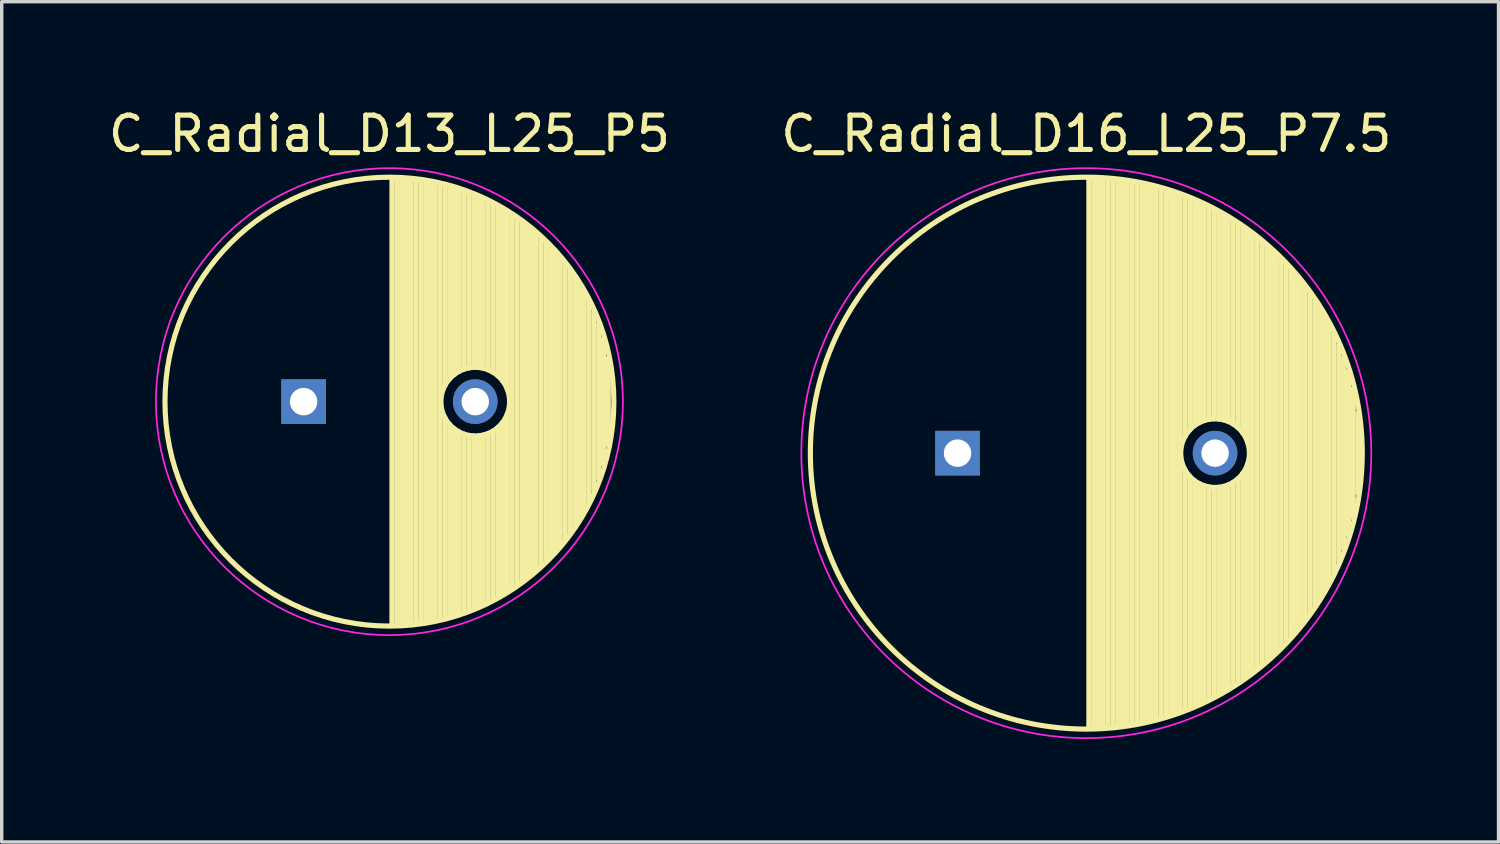
<source format=kicad_pcb>
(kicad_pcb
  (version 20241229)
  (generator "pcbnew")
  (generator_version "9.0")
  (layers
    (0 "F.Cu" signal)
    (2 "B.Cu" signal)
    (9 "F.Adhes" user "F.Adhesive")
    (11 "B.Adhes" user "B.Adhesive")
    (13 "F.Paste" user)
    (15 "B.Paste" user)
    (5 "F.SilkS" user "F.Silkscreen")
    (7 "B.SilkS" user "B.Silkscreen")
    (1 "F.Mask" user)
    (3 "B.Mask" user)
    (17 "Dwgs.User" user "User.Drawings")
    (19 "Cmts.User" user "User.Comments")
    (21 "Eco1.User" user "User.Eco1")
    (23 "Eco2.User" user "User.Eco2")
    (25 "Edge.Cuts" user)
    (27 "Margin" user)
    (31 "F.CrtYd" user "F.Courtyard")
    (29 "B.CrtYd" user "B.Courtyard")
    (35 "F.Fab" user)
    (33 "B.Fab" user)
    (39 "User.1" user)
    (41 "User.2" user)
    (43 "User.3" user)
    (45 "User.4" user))
  (footprint "C_Radial_D16_L25_P7.5"
    (layer "F.Cu")
    (at 24.839 10.148)
    (property "Reference" "C_Radial_D16_L25_P7.5" (at 3.75 -9.3 0) (layer "F.SilkS") (effects (font (size 1 1) (thickness 0.15))))
    (attr through_hole)
    (fp_line (start 3.825 -8) (end 3.825 8) (stroke (width 0.15) (type solid)) (layer "F.SilkS"))
    (fp_line (start 3.965 -7.997) (end 3.965 7.997) (stroke (width 0.15) (type solid)) (layer "F.SilkS"))
    (fp_line (start 4.105 -7.992) (end 4.105 7.992) (stroke (width 0.15) (type solid)) (layer "F.SilkS"))
    (fp_line (start 4.245 -7.985) (end 4.245 7.985) (stroke (width 0.15) (type solid)) (layer "F.SilkS"))
    (fp_line (start 4.385 -7.975) (end 4.385 7.975) (stroke (width 0.15) (type solid)) (layer "F.SilkS"))
    (fp_line (start 4.525 -7.962) (end 4.525 7.962) (stroke (width 0.15) (type solid)) (layer "F.SilkS"))
    (fp_line (start 4.665 -7.948) (end 4.665 7.948) (stroke (width 0.15) (type solid)) (layer "F.SilkS"))
    (fp_line (start 4.805 -7.93) (end 4.805 7.93) (stroke (width 0.15) (type solid)) (layer "F.SilkS"))
    (fp_line (start 4.945 -7.91) (end 4.945 7.91) (stroke (width 0.15) (type solid)) (layer "F.SilkS"))
    (fp_line (start 5.085 -7.888) (end 5.085 7.888) (stroke (width 0.15) (type solid)) (layer "F.SilkS"))
    (fp_line (start 5.225 -7.863) (end 5.225 7.863) (stroke (width 0.15) (type solid)) (layer "F.SilkS"))
    (fp_line (start 5.365 -7.835) (end 5.365 7.835) (stroke (width 0.15) (type solid)) (layer "F.SilkS"))
    (fp_line (start 5.505 -7.805) (end 5.505 7.805) (stroke (width 0.15) (type solid)) (layer "F.SilkS"))
    (fp_line (start 5.645 -7.772) (end 5.645 7.772) (stroke (width 0.15) (type solid)) (layer "F.SilkS"))
    (fp_line (start 5.785 -7.737) (end 5.785 7.737) (stroke (width 0.15) (type solid)) (layer "F.SilkS"))
    (fp_line (start 5.925 -7.699) (end 5.925 7.699) (stroke (width 0.15) (type solid)) (layer "F.SilkS"))
    (fp_line (start 6.065 -7.658) (end 6.065 7.658) (stroke (width 0.15) (type solid)) (layer "F.SilkS"))
    (fp_line (start 6.205 -7.614) (end 6.205 7.614) (stroke (width 0.15) (type solid)) (layer "F.SilkS"))
    (fp_line (start 6.345 -7.567) (end 6.345 7.567) (stroke (width 0.15) (type solid)) (layer "F.SilkS"))
    (fp_line (start 6.485 -7.518) (end 6.485 7.518) (stroke (width 0.15) (type solid)) (layer "F.SilkS"))
    (fp_line (start 6.625 -7.466) (end 6.625 -0.484) (stroke (width 0.15) (type solid)) (layer "F.SilkS"))
    (fp_line (start 6.625 0.484) (end 6.625 7.466) (stroke (width 0.15) (type solid)) (layer "F.SilkS"))
    (fp_line (start 6.765 -7.41) (end 6.765 -0.678) (stroke (width 0.15) (type solid)) (layer "F.SilkS"))
    (fp_line (start 6.765 0.678) (end 6.765 7.41) (stroke (width 0.15) (type solid)) (layer "F.SilkS"))
    (fp_line (start 6.905 -7.352) (end 6.905 -0.804) (stroke (width 0.15) (type solid)) (layer "F.SilkS"))
    (fp_line (start 6.905 0.804) (end 6.905 7.352) (stroke (width 0.15) (type solid)) (layer "F.SilkS"))
    (fp_line (start 7.045 -7.29) (end 7.045 -0.89) (stroke (width 0.15) (type solid)) (layer "F.SilkS"))
    (fp_line (start 7.045 0.89) (end 7.045 7.29) (stroke (width 0.15) (type solid)) (layer "F.SilkS"))
    (fp_line (start 7.185 -7.225) (end 7.185 -0.949) (stroke (width 0.15) (type solid)) (layer "F.SilkS"))
    (fp_line (start 7.185 0.949) (end 7.185 7.225) (stroke (width 0.15) (type solid)) (layer "F.SilkS"))
    (fp_line (start 7.325 -7.157) (end 7.325 -0.985) (stroke (width 0.15) (type solid)) (layer "F.SilkS"))
    (fp_line (start 7.325 0.985) (end 7.325 7.157) (stroke (width 0.15) (type solid)) (layer "F.SilkS"))
    (fp_line (start 7.465 -7.085) (end 7.465 -0.999) (stroke (width 0.15) (type solid)) (layer "F.SilkS"))
    (fp_line (start 7.465 0.999) (end 7.465 7.085) (stroke (width 0.15) (type solid)) (layer "F.SilkS"))
    (fp_line (start 7.605 -7.01) (end 7.605 -0.994) (stroke (width 0.15) (type solid)) (layer "F.SilkS"))
    (fp_line (start 7.605 0.994) (end 7.605 7.01) (stroke (width 0.15) (type solid)) (layer "F.SilkS"))
    (fp_line (start 7.745 -6.931) (end 7.745 -0.97) (stroke (width 0.15) (type solid)) (layer "F.SilkS"))
    (fp_line (start 7.745 0.97) (end 7.745 6.931) (stroke (width 0.15) (type solid)) (layer "F.SilkS"))
    (fp_line (start 7.885 -6.848) (end 7.885 -0.923) (stroke (width 0.15) (type solid)) (layer "F.SilkS"))
    (fp_line (start 7.885 0.923) (end 7.885 6.848) (stroke (width 0.15) (type solid)) (layer "F.SilkS"))
    (fp_line (start 8.025 -6.762) (end 8.025 -0.851) (stroke (width 0.15) (type solid)) (layer "F.SilkS"))
    (fp_line (start 8.025 0.851) (end 8.025 6.762) (stroke (width 0.15) (type solid)) (layer "F.SilkS"))
    (fp_line (start 8.165 -6.671) (end 8.165 -0.747) (stroke (width 0.15) (type solid)) (layer "F.SilkS"))
    (fp_line (start 8.165 0.747) (end 8.165 6.671) (stroke (width 0.15) (type solid)) (layer "F.SilkS"))
    (fp_line (start 8.305 -6.577) (end 8.305 -0.593) (stroke (width 0.15) (type solid)) (layer "F.SilkS"))
    (fp_line (start 8.305 0.593) (end 8.305 6.577) (stroke (width 0.15) (type solid)) (layer "F.SilkS"))
    (fp_line (start 8.445 -6.477) (end 8.445 -0.327) (stroke (width 0.15) (type solid)) (layer "F.SilkS"))
    (fp_line (start 8.445 0.327) (end 8.445 6.477) (stroke (width 0.15) (type solid)) (layer "F.SilkS"))
    (fp_line (start 8.585 -6.374) (end 8.585 6.374) (stroke (width 0.15) (type solid)) (layer "F.SilkS"))
    (fp_line (start 8.725 -6.265) (end 8.725 6.265) (stroke (width 0.15) (type solid)) (layer "F.SilkS"))
    (fp_line (start 8.865 -6.151) (end 8.865 6.151) (stroke (width 0.15) (type solid)) (layer "F.SilkS"))
    (fp_line (start 9.005 -6.032) (end 9.005 6.032) (stroke (width 0.15) (type solid)) (layer "F.SilkS"))
    (fp_line (start 9.145 -5.907) (end 9.145 5.907) (stroke (width 0.15) (type solid)) (layer "F.SilkS"))
    (fp_line (start 9.285 -5.776) (end 9.285 5.776) (stroke (width 0.15) (type solid)) (layer "F.SilkS"))
    (fp_line (start 9.425 -5.639) (end 9.425 5.639) (stroke (width 0.15) (type solid)) (layer "F.SilkS"))
    (fp_line (start 9.565 -5.494) (end 9.565 5.494) (stroke (width 0.15) (type solid)) (layer "F.SilkS"))
    (fp_line (start 9.705 -5.342) (end 9.705 5.342) (stroke (width 0.15) (type solid)) (layer "F.SilkS"))
    (fp_line (start 9.845 -5.182) (end 9.845 5.182) (stroke (width 0.15) (type solid)) (layer "F.SilkS"))
    (fp_line (start 9.985 -5.012) (end 9.985 5.012) (stroke (width 0.15) (type solid)) (layer "F.SilkS"))
    (fp_line (start 10.125 -4.833) (end 10.125 4.833) (stroke (width 0.15) (type solid)) (layer "F.SilkS"))
    (fp_line (start 10.265 -4.643) (end 10.265 4.643) (stroke (width 0.15) (type solid)) (layer "F.SilkS"))
    (fp_line (start 10.405 -4.44) (end 10.405 4.44) (stroke (width 0.15) (type solid)) (layer "F.SilkS"))
    (fp_line (start 10.545 -4.222) (end 10.545 4.222) (stroke (width 0.15) (type solid)) (layer "F.SilkS"))
    (fp_line (start 10.685 -3.988) (end 10.685 3.988) (stroke (width 0.15) (type solid)) (layer "F.SilkS"))
    (fp_line (start 10.825 -3.734) (end 10.825 3.734) (stroke (width 0.15) (type solid)) (layer "F.SilkS"))
    (fp_line (start 10.965 -3.456) (end 10.965 3.456) (stroke (width 0.15) (type solid)) (layer "F.SilkS"))
    (fp_line (start 11.105 -3.147) (end 11.105 3.147) (stroke (width 0.15) (type solid)) (layer "F.SilkS"))
    (fp_line (start 11.245 -2.797) (end 11.245 2.797) (stroke (width 0.15) (type solid)) (layer "F.SilkS"))
    (fp_line (start 11.385 -2.389) (end 11.385 2.389) (stroke (width 0.15) (type solid)) (layer "F.SilkS"))
    (fp_line (start 11.525 -1.884) (end 11.525 1.884) (stroke (width 0.15) (type solid)) (layer "F.SilkS"))
    (fp_line (start 11.665 -1.163) (end 11.665 1.163) (stroke (width 0.15) (type solid)) (layer "F.SilkS"))
    (fp_circle (center 3.75 0) (end 3.75 -8.037) (stroke (width 0.15) (type solid)) (fill no) (layer "F.SilkS"))
    (fp_circle (center 7.5 0) (end 7.5 -1) (stroke (width 0.15) (type solid)) (fill no) (layer "F.SilkS"))
    (fp_circle (center 3.75 0) (end 3.75 -8.3) (stroke (width 0.05) (type solid)) (fill no) (layer "F.CrtYd"))
    (pad "1" thru_hole rect (at 0 0) (size 1.3 1.3) (drill 0.8) (layers "*.Cu" "*.Mask"))
    (pad "2" thru_hole circle (at 7.5 0) (size 1.3 1.3) (drill 0.8) (layers "*.Cu" "*.Mask")))
  (footprint "C_Radial_D13_L25_P5"
    (layer "F.Cu")
    (at 5.792 8.648)
    (property "Reference" "C_Radial_D13_L25_P5" (at 2.5 -7.8 0) (layer "F.SilkS") (effects (font (size 1 1) (thickness 0.15))))
    (attr through_hole)
    (fp_line (start 2.575 -6.5) (end 2.575 6.5) (stroke (width 0.15) (type solid)) (layer "F.SilkS"))
    (fp_line (start 2.715 -6.496) (end 2.715 6.496) (stroke (width 0.15) (type solid)) (layer "F.SilkS"))
    (fp_line (start 2.855 -6.49) (end 2.855 6.49) (stroke (width 0.15) (type solid)) (layer "F.SilkS"))
    (fp_line (start 2.995 -6.481) (end 2.995 6.481) (stroke (width 0.15) (type solid)) (layer "F.SilkS"))
    (fp_line (start 3.135 -6.469) (end 3.135 6.469) (stroke (width 0.15) (type solid)) (layer "F.SilkS"))
    (fp_line (start 3.275 -6.454) (end 3.275 6.454) (stroke (width 0.15) (type solid)) (layer "F.SilkS"))
    (fp_line (start 3.415 -6.435) (end 3.415 6.435) (stroke (width 0.15) (type solid)) (layer "F.SilkS"))
    (fp_line (start 3.555 -6.414) (end 3.555 6.414) (stroke (width 0.15) (type solid)) (layer "F.SilkS"))
    (fp_line (start 3.695 -6.389) (end 3.695 6.389) (stroke (width 0.15) (type solid)) (layer "F.SilkS"))
    (fp_line (start 3.835 -6.361) (end 3.835 6.361) (stroke (width 0.15) (type solid)) (layer "F.SilkS"))
    (fp_line (start 3.975 -6.33) (end 3.975 6.33) (stroke (width 0.15) (type solid)) (layer "F.SilkS"))
    (fp_line (start 4.115 -6.296) (end 4.115 -0.466) (stroke (width 0.15) (type solid)) (layer "F.SilkS"))
    (fp_line (start 4.115 0.466) (end 4.115 6.296) (stroke (width 0.15) (type solid)) (layer "F.SilkS"))
    (fp_line (start 4.255 -6.259) (end 4.255 -0.667) (stroke (width 0.15) (type solid)) (layer "F.SilkS"))
    (fp_line (start 4.255 0.667) (end 4.255 6.259) (stroke (width 0.15) (type solid)) (layer "F.SilkS"))
    (fp_line (start 4.395 -6.218) (end 4.395 -0.796) (stroke (width 0.15) (type solid)) (layer "F.SilkS"))
    (fp_line (start 4.395 0.796) (end 4.395 6.218) (stroke (width 0.15) (type solid)) (layer "F.SilkS"))
    (fp_line (start 4.535 -6.173) (end 4.535 -0.885) (stroke (width 0.15) (type solid)) (layer "F.SilkS"))
    (fp_line (start 4.535 0.885) (end 4.535 6.173) (stroke (width 0.15) (type solid)) (layer "F.SilkS"))
    (fp_line (start 4.675 -6.125) (end 4.675 -0.946) (stroke (width 0.15) (type solid)) (layer "F.SilkS"))
    (fp_line (start 4.675 0.946) (end 4.675 6.125) (stroke (width 0.15) (type solid)) (layer "F.SilkS"))
    (fp_line (start 4.815 -6.074) (end 4.815 -0.983) (stroke (width 0.15) (type solid)) (layer "F.SilkS"))
    (fp_line (start 4.815 0.983) (end 4.815 6.074) (stroke (width 0.15) (type solid)) (layer "F.SilkS"))
    (fp_line (start 4.955 -6.019) (end 4.955 -0.999) (stroke (width 0.15) (type solid)) (layer "F.SilkS"))
    (fp_line (start 4.955 0.999) (end 4.955 6.019) (stroke (width 0.15) (type solid)) (layer "F.SilkS"))
    (fp_line (start 5.095 -5.96) (end 5.095 -0.995) (stroke (width 0.15) (type solid)) (layer "F.SilkS"))
    (fp_line (start 5.095 0.995) (end 5.095 5.96) (stroke (width 0.15) (type solid)) (layer "F.SilkS"))
    (fp_line (start 5.235 -5.897) (end 5.235 -0.972) (stroke (width 0.15) (type solid)) (layer "F.SilkS"))
    (fp_line (start 5.235 0.972) (end 5.235 5.897) (stroke (width 0.15) (type solid)) (layer "F.SilkS"))
    (fp_line (start 5.375 -5.83) (end 5.375 -0.927) (stroke (width 0.15) (type solid)) (layer "F.SilkS"))
    (fp_line (start 5.375 0.927) (end 5.375 5.83) (stroke (width 0.15) (type solid)) (layer "F.SilkS"))
    (fp_line (start 5.515 -5.758) (end 5.515 -0.857) (stroke (width 0.15) (type solid)) (layer "F.SilkS"))
    (fp_line (start 5.515 0.857) (end 5.515 5.758) (stroke (width 0.15) (type solid)) (layer "F.SilkS"))
    (fp_line (start 5.655 -5.683) (end 5.655 -0.756) (stroke (width 0.15) (type solid)) (layer "F.SilkS"))
    (fp_line (start 5.655 0.756) (end 5.655 5.683) (stroke (width 0.15) (type solid)) (layer "F.SilkS"))
    (fp_line (start 5.795 -5.603) (end 5.795 -0.607) (stroke (width 0.15) (type solid)) (layer "F.SilkS"))
    (fp_line (start 5.795 0.607) (end 5.795 5.603) (stroke (width 0.15) (type solid)) (layer "F.SilkS"))
    (fp_line (start 5.935 -5.518) (end 5.935 -0.355) (stroke (width 0.15) (type solid)) (layer "F.SilkS"))
    (fp_line (start 5.935 0.355) (end 5.935 5.518) (stroke (width 0.15) (type solid)) (layer "F.SilkS"))
    (fp_line (start 6.075 -5.429) (end 6.075 5.429) (stroke (width 0.15) (type solid)) (layer "F.SilkS"))
    (fp_line (start 6.215 -5.334) (end 6.215 5.334) (stroke (width 0.15) (type solid)) (layer "F.SilkS"))
    (fp_line (start 6.355 -5.233) (end 6.355 5.233) (stroke (width 0.15) (type solid)) (layer "F.SilkS"))
    (fp_line (start 6.495 -5.127) (end 6.495 5.127) (stroke (width 0.15) (type solid)) (layer "F.SilkS"))
    (fp_line (start 6.635 -5.015) (end 6.635 5.015) (stroke (width 0.15) (type solid)) (layer "F.SilkS"))
    (fp_line (start 6.775 -4.896) (end 6.775 4.896) (stroke (width 0.15) (type solid)) (layer "F.SilkS"))
    (fp_line (start 6.915 -4.771) (end 6.915 4.771) (stroke (width 0.15) (type solid)) (layer "F.SilkS"))
    (fp_line (start 7.055 -4.637) (end 7.055 4.637) (stroke (width 0.15) (type solid)) (layer "F.SilkS"))
    (fp_line (start 7.195 -4.495) (end 7.195 4.495) (stroke (width 0.15) (type solid)) (layer "F.SilkS"))
    (fp_line (start 7.335 -4.344) (end 7.335 4.344) (stroke (width 0.15) (type solid)) (layer "F.SilkS"))
    (fp_line (start 7.475 -4.183) (end 7.475 4.183) (stroke (width 0.15) (type solid)) (layer "F.SilkS"))
    (fp_line (start 7.615 -4.011) (end 7.615 4.011) (stroke (width 0.15) (type solid)) (layer "F.SilkS"))
    (fp_line (start 7.755 -3.826) (end 7.755 3.826) (stroke (width 0.15) (type solid)) (layer "F.SilkS"))
    (fp_line (start 7.895 -3.625) (end 7.895 3.625) (stroke (width 0.15) (type solid)) (layer "F.SilkS"))
    (fp_line (start 8.035 -3.408) (end 8.035 3.408) (stroke (width 0.15) (type solid)) (layer "F.SilkS"))
    (fp_line (start 8.175 -3.169) (end 8.175 3.169) (stroke (width 0.15) (type solid)) (layer "F.SilkS"))
    (fp_line (start 8.315 -2.904) (end 8.315 2.904) (stroke (width 0.15) (type solid)) (layer "F.SilkS"))
    (fp_line (start 8.455 -2.605) (end 8.455 2.605) (stroke (width 0.15) (type solid)) (layer "F.SilkS"))
    (fp_line (start 8.595 -2.259) (end 8.595 2.259) (stroke (width 0.15) (type solid)) (layer "F.SilkS"))
    (fp_line (start 8.735 -1.837) (end 8.735 1.837) (stroke (width 0.15) (type solid)) (layer "F.SilkS"))
    (fp_line (start 8.875 -1.269) (end 8.875 1.269) (stroke (width 0.15) (type solid)) (layer "F.SilkS"))
    (fp_circle (center 2.5 0) (end 2.5 -6.537) (stroke (width 0.15) (type solid)) (fill no) (layer "F.SilkS"))
    (fp_circle (center 5 0) (end 5 -1) (stroke (width 0.15) (type solid)) (fill no) (layer "F.SilkS"))
    (fp_circle (center 2.5 0) (end 2.5 -6.8) (stroke (width 0.05) (type solid)) (fill no) (layer "F.CrtYd"))
    (pad "1" thru_hole rect (at 0 0) (size 1.3 1.3) (drill 0.8) (layers "*.Cu" "*.Mask"))
    (pad "2" thru_hole circle (at 5 0) (size 1.3 1.3) (drill 0.8) (layers "*.Cu" "*.Mask")))
  (gr_rect
    (start -3 -3)
    (end 40.595 21.473)
    (stroke (width 0.1) (type default))
    (fill no)
    (layer "Edge.Cuts")))
</source>
